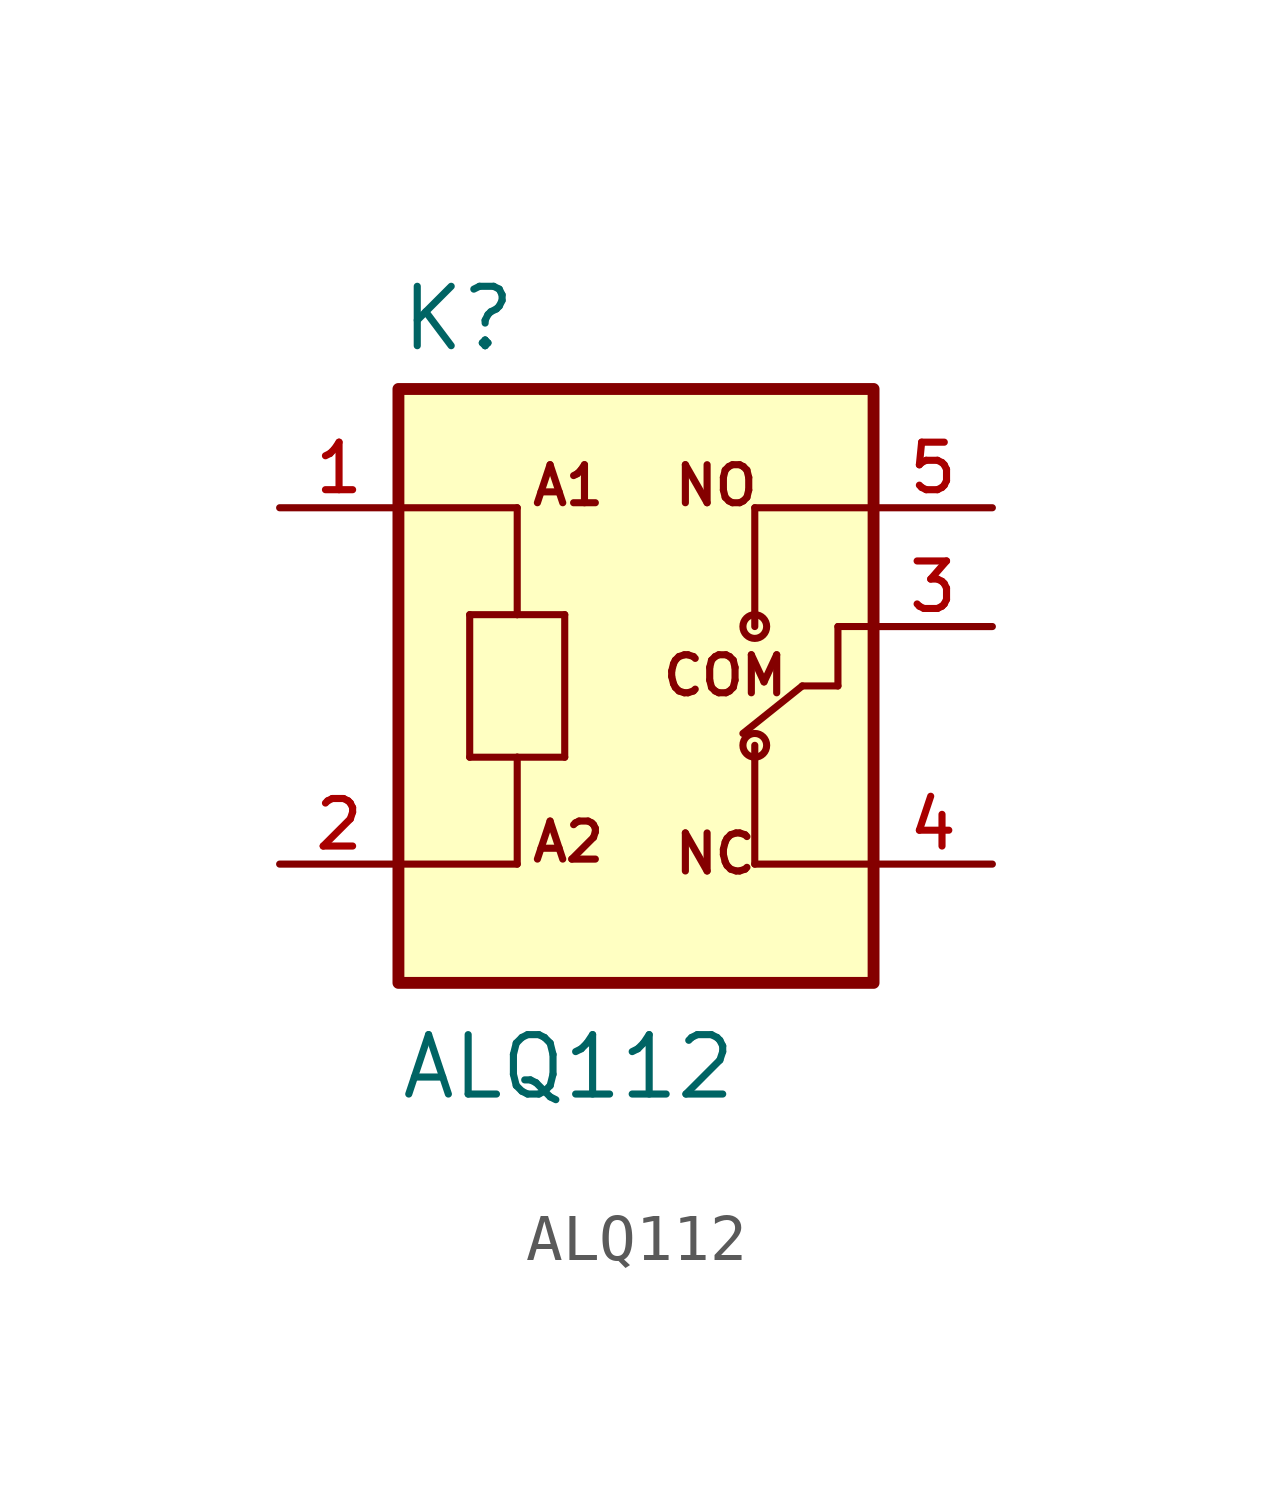
<source format=kicad_sym>
(kicad_symbol_lib
  (version 20211014)
  (generator kicad_symbol_editor)
  (symbol "ALQ112"
    (pin_names
      (offset 1.016))
    (property "Reference" "K"
      (at -5.08 5.842 0)
      (effects (font (size 1.27 1.27)) (justify bottom left)))
    (property "Value" "ALQ112"
      (at -5.08 -10.16 0)
      (effects (font (size 1.27 1.27)) (justify bottom left)))
    (symbol "ALQ112_0_0"
      (polyline (pts (xy -5.08 2.54) (xy -2.54 2.54)) (stroke (width 0.152)))
      (polyline (pts (xy -2.54 2.54) (xy -2.54 0.254)) (stroke (width 0.152)))
      (polyline (pts (xy -2.54 0.254) (xy -3.556 0.254)) (stroke (width 0.152)))
      (polyline (pts (xy -3.556 0.254) (xy -3.556 -2.794)) (stroke (width 0.152)))
      (polyline (pts (xy -3.556 -2.794) (xy -2.54 -2.794)) (stroke (width 0.152)))
      (polyline (pts (xy -2.54 -2.794) (xy -1.524 -2.794)) (stroke (width 0.152)))
      (polyline (pts (xy -1.524 -2.794) (xy -1.524 0.254)) (stroke (width 0.152)))
      (polyline (pts (xy -1.524 0.254) (xy -2.54 0.254)) (stroke (width 0.152)))
      (polyline (pts (xy -2.54 -2.794) (xy -2.54 -5.08)) (stroke (width 0.152)))
      (polyline (pts (xy -2.54 -5.08) (xy -5.08 -5.08)) (stroke (width 0.152)))
      (polyline (pts (xy 2.54 -2.54) (xy 2.54 -5.08)) (stroke (width 0.152)))
      (polyline (pts (xy 2.54 -5.08) (xy 5.08 -5.08)) (stroke (width 0.152)))
      (polyline (pts (xy 5.08 2.54) (xy 2.54 2.54)) (stroke (width 0.152)))
      (polyline (pts (xy 2.54 2.54) (xy 2.54 0.0)) (stroke (width 0.152)))
      (polyline (pts (xy 3.556 -1.27) (xy 4.318 -1.27)) (stroke (width 0.152)))
      (polyline (pts (xy 4.318 -1.27) (xy 4.318 0.0)) (stroke (width 0.152)))
      (polyline (pts (xy 3.556 -1.27) (xy 2.286 -2.286)) (stroke (width 0.152)))
      (polyline (pts (xy 4.318 0.0) (xy 5.08 0.0)) (stroke (width 0.152)))
      (circle (center 2.54 0.0) (radius 0.254) (stroke (width 0.152)) (fill (type none)))
      (circle (center 2.54 -2.54) (radius 0.254) (stroke (width 0.152)) (fill (type none)))
      (text "A1" (at -2.286 2.54 0) (effects (font (size 0.813 0.813)) (justify bottom left)))
      (text "A2" (at -2.286 -5.08 0) (effects (font (size 0.813 0.813)) (justify bottom left)))
      (text "NO" (at 0.762 2.54 0) (effects (font (size 0.813 0.813)) (justify bottom left)))
      (text "COM" (at 0.508 -1.524 0) (effects (font (size 0.813 0.813)) (justify bottom left)))
      (text "NC" (at 0.762 -5.334 0) (effects (font (size 0.813 0.813)) (justify bottom left)))
      (rectangle (start -5.08 -7.62) (end 5.08 5.08) (stroke (width 0.254)) (fill (type background)))
      (pin passive line (at -7.62 2.54 0) (length 2.54) (name "~" (effects (font (size 1.016 1.016)))) (number "1" (effects (font (size 1.016 1.016)))))
      (pin passive line (at -7.62 -5.08 0) (length 2.54) (name "~" (effects (font (size 1.016 1.016)))) (number "2" (effects (font (size 1.016 1.016)))))
      (pin passive line (at 7.62 -5.08 180.0) (length 2.54) (name "~" (effects (font (size 1.016 1.016)))) (number "4" (effects (font (size 1.016 1.016)))))
      (pin passive line (at 7.62 0.0 180.0) (length 2.54) (name "~" (effects (font (size 1.016 1.016)))) (number "3" (effects (font (size 1.016 1.016)))))
      (pin passive line (at 7.62 2.54 180.0) (length 2.54) (name "~" (effects (font (size 1.016 1.016)))) (number "5" (effects (font (size 1.016 1.016))))))))
</source>
